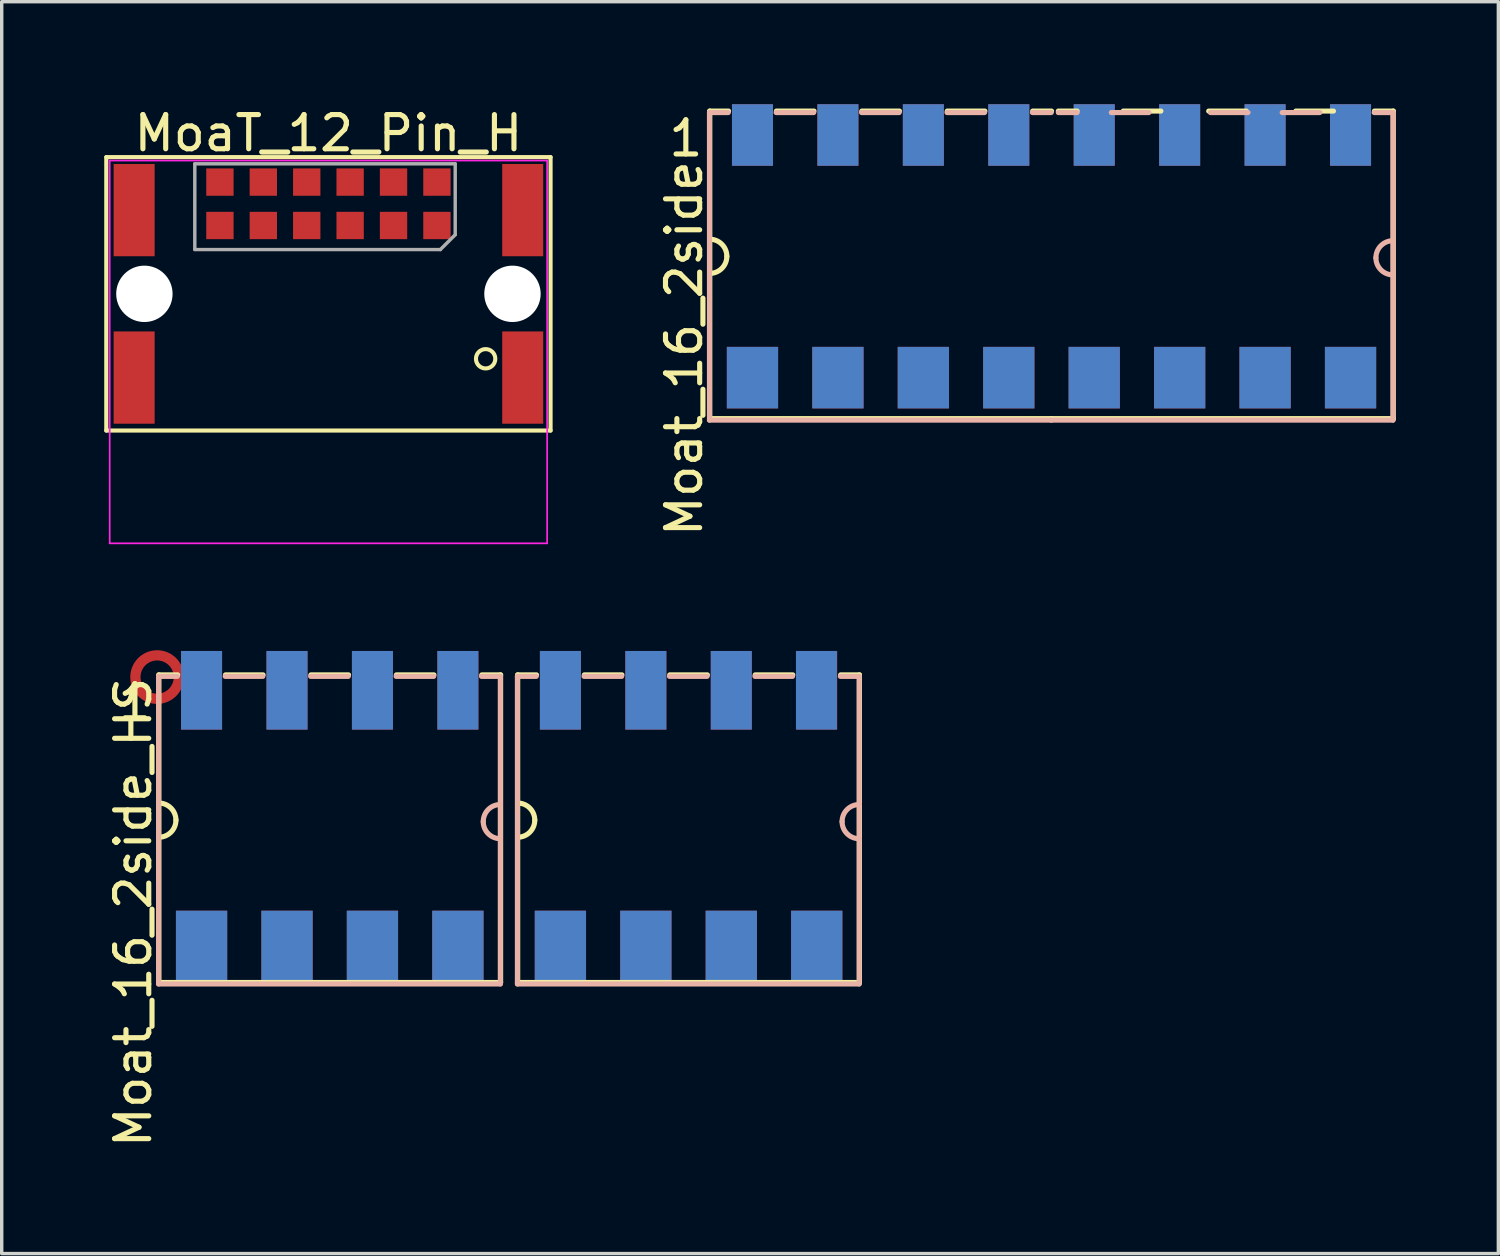
<source format=kicad_pcb>
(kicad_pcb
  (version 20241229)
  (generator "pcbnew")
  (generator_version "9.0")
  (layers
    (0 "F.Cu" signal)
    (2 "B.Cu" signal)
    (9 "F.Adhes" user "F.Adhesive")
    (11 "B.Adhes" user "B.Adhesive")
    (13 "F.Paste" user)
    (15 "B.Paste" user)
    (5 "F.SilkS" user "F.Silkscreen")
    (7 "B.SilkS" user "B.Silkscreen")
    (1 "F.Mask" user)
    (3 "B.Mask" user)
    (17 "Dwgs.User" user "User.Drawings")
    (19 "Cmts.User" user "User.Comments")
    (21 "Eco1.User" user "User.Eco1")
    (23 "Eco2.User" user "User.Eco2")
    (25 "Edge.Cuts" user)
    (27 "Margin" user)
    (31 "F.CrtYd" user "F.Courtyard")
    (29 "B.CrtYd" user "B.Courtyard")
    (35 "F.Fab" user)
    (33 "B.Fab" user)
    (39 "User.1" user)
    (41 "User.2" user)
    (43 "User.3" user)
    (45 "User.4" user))
  (footprint "MoaT_12_Pin_H"
    (layer "F.Cu")
    (at 6.56 5.548)
    (property "Reference" "MoaT_12_Pin_H" (at 0 -4.7 180) (layer "F.SilkS") (effects (font (size 1 1) (thickness 0.15))))
    (attr smd)
    (fp_line (start -6.5 -4) (end 6.5 -4) (stroke (width 0.12) (type solid)) (layer "F.SilkS"))
    (fp_line (start -6.5 4) (end -6.5 -4) (stroke (width 0.12) (type solid)) (layer "F.SilkS"))
    (fp_line (start 6.5 4) (end -6.5 4) (stroke (width 0.12) (type solid)) (layer "F.SilkS"))
    (fp_line (start 6.5 4) (end 6.5 -4) (stroke (width 0.12) (type solid)) (layer "F.SilkS"))
    (fp_circle (center 4.6 1.9) (end 4.4 2.1) (stroke (width 0.12) (type solid)) (fill no) (layer "F.SilkS"))
    (fp_line (start -6.4 -3.9) (end 6.4 -3.9) (stroke (width 0.05) (type solid)) (layer "F.CrtYd"))
    (fp_line (start -6.4 7.3) (end -6.4 -3.9) (stroke (width 0.05) (type solid)) (layer "F.CrtYd"))
    (fp_line (start 6.4 -3.9) (end 6.4 7.3) (stroke (width 0.05) (type solid)) (layer "F.CrtYd"))
    (fp_line (start 6.4 7.3) (end -6.4 7.3) (stroke (width 0.05) (type solid)) (layer "F.CrtYd"))
    (fp_line (start -3.91 -3.805) (end -3.91 -1.3) (stroke (width 0.1) (type solid)) (layer "F.Fab"))
    (fp_line (start -3.91 -1.295) (end 3.275 -1.295) (stroke (width 0.1) (type solid)) (layer "F.Fab"))
    (fp_line (start 3.275 -1.295) (end 3.71 -1.73) (stroke (width 0.1) (type solid)) (layer "F.Fab"))
    (fp_line (start 3.71 -3.805) (end -3.91 -3.805) (stroke (width 0.1) (type solid)) (layer "F.Fab"))
    (fp_line (start 3.71 -1.73) (end 3.71 -3.805) (stroke (width 0.1) (type solid)) (layer "F.Fab"))
    (pad "" smd rect (at -5.685 -2.45 90) (size 2.7 1.2) (layers "F.Cu" "F.Mask" "F.Paste"))
    (pad "" smd rect (at -5.685 2.45 90) (size 2.7 1.2) (layers "F.Cu" "F.Mask" "F.Paste"))
    (pad "" np_thru_hole circle (at -5.385 0 90) (size 1.65 1.65) (drill 1.65) (layers "*.Cu"))
    (pad "" np_thru_hole circle (at 5.385 0 270) (size 1.65 1.65) (drill 1.65) (layers "*.Cu"))
    (pad "" smd rect (at 5.685 -2.45 270) (size 2.7 1.2) (layers "F.Cu" "F.Mask" "F.Paste"))
    (pad "" smd rect (at 5.685 2.45 270) (size 2.7 1.2) (layers "F.Cu" "F.Mask" "F.Paste"))
    (pad "1" smd rect (at 3.175 -2 270) (size 0.8 0.8) (layers "F.Cu" "F.Mask" "F.Paste"))
    (pad "2" smd rect (at 3.175 -3.27 270) (size 0.8 0.8) (layers "F.Cu" "F.Mask" "F.Paste"))
    (pad "3" smd rect (at 1.905 -2 270) (size 0.8 0.8) (layers "F.Cu" "F.Mask" "F.Paste"))
    (pad "4" smd rect (at 1.905 -3.27 270) (size 0.8 0.8) (layers "F.Cu" "F.Mask" "F.Paste"))
    (pad "5" smd rect (at 0.635 -2 270) (size 0.8 0.8) (layers "F.Cu" "F.Mask" "F.Paste"))
    (pad "6" smd rect (at 0.635 -3.27 270) (size 0.8 0.8) (layers "F.Cu" "F.Mask" "F.Paste"))
    (pad "7" smd rect (at -0.635 -2 270) (size 0.8 0.8) (layers "F.Cu" "F.Mask" "F.Paste"))
    (pad "8" smd rect (at -0.635 -3.27 270) (size 0.8 0.8) (layers "F.Cu" "F.Mask" "F.Paste"))
    (pad "9" smd rect (at -1.905 -2 270) (size 0.8 0.8) (layers "F.Cu" "F.Mask" "F.Paste"))
    (pad "10" smd rect (at -1.905 -3.27 270) (size 0.8 0.8) (layers "F.Cu" "F.Mask" "F.Paste"))
    (pad "11" smd rect (at -3.175 -2 270) (size 0.8 0.8) (layers "F.Cu" "F.Mask" "F.Paste"))
    (pad "12" smd rect (at -3.175 -3.27 270) (size 0.8 0.8) (layers "F.Cu" "F.Mask" "F.Paste")))
  (footprint "Moat_16_2side"
    (layer "F.Cu")
    (at 28.018 4.4)
    (property "Reference" "Moat_16_2side" (at -11.05 2.75 90) (layer "F.SilkS") (effects (font (size 1 1) (thickness 0.15))))
    (attr smd)
    (fp_circle (center -11 -3.45) (end -10.2 -3.45) (stroke (width 0.15) (type solid)) (fill no) (layer "F.Mask"))
    (fp_line (start -10.3 -4.2) (end -10.3 4.8) (stroke (width 0.15) (type solid)) (layer "F.SilkS"))
    (fp_line (start -10.3 -4.2) (end -9.75 -4.2) (stroke (width 0.15) (type solid)) (layer "F.SilkS"))
    (fp_line (start -10.3 4.8) (end -0.3 4.8) (stroke (width 0.15) (type solid)) (layer "F.SilkS"))
    (fp_line (start -7.25 -4.2) (end -8.35 -4.2) (stroke (width 0.15) (type solid)) (layer "F.SilkS"))
    (fp_line (start -4.75 -4.2) (end -5.85 -4.2) (stroke (width 0.15) (type solid)) (layer "F.SilkS"))
    (fp_line (start -2.25 -4.2) (end -3.35 -4.2) (stroke (width 0.15) (type solid)) (layer "F.SilkS"))
    (fp_line (start -0.3 -4.2) (end -0.85 -4.2) (stroke (width 0.15) (type solid)) (layer "F.SilkS"))
    (fp_line (start -0.3 4.8) (end 9.7 4.8) (stroke (width 0.15) (type solid)) (layer "F.SilkS"))
    (fp_line (start -0.1 -4.2) (end 0.45 -4.2) (stroke (width 0.15) (type solid)) (layer "F.SilkS"))
    (fp_line (start 2.9 -4.2) (end 1.8 -4.2) (stroke (width 0.15) (type solid)) (layer "F.SilkS"))
    (fp_line (start 5.4 -4.2) (end 4.3 -4.2) (stroke (width 0.15) (type solid)) (layer "F.SilkS"))
    (fp_line (start 7.95 -4.2) (end 6.85 -4.2) (stroke (width 0.15) (type solid)) (layer "F.SilkS"))
    (fp_line (start 9.7 -4.2) (end 9.15 -4.2) (stroke (width 0.15) (type solid)) (layer "F.SilkS"))
    (fp_line (start 9.7 4.8) (end 9.7 -4.2) (stroke (width 0.15) (type solid)) (layer "F.SilkS"))
    (fp_arc (start -10.3 -0.45) (mid -9.946447 -0.303553) (end -9.8 0.05) (stroke (width 0.15) (type solid)) (layer "F.SilkS"))
    (fp_arc (start -9.8 0.05) (mid -9.946447 0.403553) (end -10.3 0.55) (stroke (width 0.15) (type solid)) (layer "F.SilkS"))
    (fp_line (start -10.308 -4.157) (end -9.758 -4.157) (stroke (width 0.15) (type solid)) (layer "B.SilkS"))
    (fp_line (start -10.308 4.843) (end -10.308 -4.157) (stroke (width 0.15) (type solid)) (layer "B.SilkS"))
    (fp_line (start -8.358 -4.157) (end -7.258 -4.157) (stroke (width 0.15) (type solid)) (layer "B.SilkS"))
    (fp_line (start -5.858 -4.157) (end -4.758 -4.157) (stroke (width 0.15) (type solid)) (layer "B.SilkS"))
    (fp_line (start -3.358 -4.157) (end -2.258 -4.157) (stroke (width 0.15) (type solid)) (layer "B.SilkS"))
    (fp_line (start -0.308 -4.157) (end -0.858 -4.157) (stroke (width 0.15) (type solid)) (layer "B.SilkS"))
    (fp_line (start -0.308 4.843) (end -10.308 4.843) (stroke (width 0.15) (type solid)) (layer "B.SilkS"))
    (fp_line (start -0.1 -4.157) (end 0.45 -4.157) (stroke (width 0.15) (type solid)) (layer "B.SilkS"))
    (fp_line (start 1.45 -4.157) (end 2.55 -4.157) (stroke (width 0.15) (type solid)) (layer "B.SilkS"))
    (fp_line (start 4.35 -4.157) (end 5.45 -4.157) (stroke (width 0.15) (type solid)) (layer "B.SilkS"))
    (fp_line (start 6.45 -4.157) (end 7.55 -4.157) (stroke (width 0.15) (type solid)) (layer "B.SilkS"))
    (fp_line (start 9.692 -4.157) (end 9.142 -4.157) (stroke (width 0.15) (type solid)) (layer "B.SilkS"))
    (fp_line (start 9.692 -4.157) (end 9.692 4.843) (stroke (width 0.15) (type solid)) (layer "B.SilkS"))
    (fp_line (start 9.692 4.843) (end -0.308 4.843) (stroke (width 0.15) (type solid)) (layer "B.SilkS"))
    (fp_arc (start 9.192067 0.093176) (mid 9.338514 -0.260377) (end 9.692067 -0.406824) (stroke (width 0.15) (type solid)) (layer "B.SilkS"))
    (fp_arc (start 9.692067 0.593176) (mid 9.338514 0.446729) (end 9.192067 0.093176) (stroke (width 0.15) (type solid)) (layer "B.SilkS"))
    (fp_text user "1" (at -11 -3.4 0) (layer "F.SilkS") (effects (font (size 1 1) (thickness 0.15))))
    (pad "1" smd rect (at -9.05 -3.5) (size 1.2 1.8) (layers "F.Cu" "F.Mask" "F.Paste"))
    (pad "1" smd rect (at -9.05 3.6) (size 1.5 1.8) (layers "F.Cu" "F.Mask" "F.Paste"))
    (pad "2" smd rect (at -9.05 -3.5 180) (size 1.2 1.8) (layers "B.Cu" "B.Mask" "B.Paste"))
    (pad "2" smd rect (at -9.05 3.6 180) (size 1.5 1.8) (layers "B.Cu" "B.Mask" "B.Paste"))
    (pad "3" smd rect (at -6.55 -3.5) (size 1.2 1.8) (layers "F.Cu" "F.Mask" "F.Paste"))
    (pad "3" smd rect (at -6.55 3.6) (size 1.5 1.8) (layers "F.Cu" "F.Mask" "F.Paste"))
    (pad "4" smd rect (at -6.55 -3.5 180) (size 1.2 1.8) (layers "B.Cu" "B.Mask" "B.Paste"))
    (pad "4" smd rect (at -6.55 3.6 180) (size 1.5 1.8) (layers "B.Cu" "B.Mask" "B.Paste"))
    (pad "5" smd rect (at -4.05 -3.5) (size 1.2 1.8) (layers "F.Cu" "F.Mask" "F.Paste"))
    (pad "5" smd rect (at -4.05 3.6) (size 1.5 1.8) (layers "F.Cu" "F.Mask" "F.Paste"))
    (pad "6" smd rect (at -4.05 -3.5 180) (size 1.2 1.8) (layers "B.Cu" "B.Mask" "B.Paste"))
    (pad "6" smd rect (at -4.05 3.6 180) (size 1.5 1.8) (layers "B.Cu" "B.Mask" "B.Paste"))
    (pad "7" smd rect (at -1.55 -3.5) (size 1.2 1.8) (layers "F.Cu" "F.Mask" "F.Paste"))
    (pad "7" smd rect (at -1.55 3.6) (size 1.5 1.8) (layers "F.Cu" "F.Mask" "F.Paste"))
    (pad "8" smd rect (at -1.55 -3.5 180) (size 1.2 1.8) (layers "B.Cu" "B.Mask" "B.Paste"))
    (pad "8" smd rect (at -1.55 3.6 180) (size 1.5 1.8) (layers "B.Cu" "B.Mask" "B.Paste"))
    (pad "9" smd rect (at 0.95 -3.5) (size 1.2 1.8) (layers "F.Cu" "F.Mask" "F.Paste"))
    (pad "9" smd rect (at 0.95 3.6) (size 1.5 1.8) (layers "F.Cu" "F.Mask" "F.Paste"))
    (pad "10" smd rect (at 0.95 -3.5 180) (size 1.2 1.8) (layers "B.Cu" "B.Mask" "B.Paste"))
    (pad "10" smd rect (at 0.95 3.6 180) (size 1.5 1.8) (layers "B.Cu" "B.Mask" "B.Paste"))
    (pad "11" smd rect (at 3.45 -3.5) (size 1.2 1.8) (layers "F.Cu" "F.Mask" "F.Paste"))
    (pad "11" smd rect (at 3.45 3.6) (size 1.5 1.8) (layers "F.Cu" "F.Mask" "F.Paste"))
    (pad "12" smd rect (at 3.45 -3.5 180) (size 1.2 1.8) (layers "B.Cu" "B.Mask" "B.Paste"))
    (pad "12" smd rect (at 3.45 3.6 180) (size 1.5 1.8) (layers "B.Cu" "B.Mask" "B.Paste"))
    (pad "13" smd rect (at 5.95 -3.5) (size 1.2 1.8) (layers "F.Cu" "F.Mask" "F.Paste"))
    (pad "13" smd rect (at 5.95 3.6) (size 1.5 1.8) (layers "F.Cu" "F.Mask" "F.Paste"))
    (pad "14" smd rect (at 5.95 -3.5 180) (size 1.2 1.8) (layers "B.Cu" "B.Mask" "B.Paste"))
    (pad "14" smd rect (at 5.95 3.6 180) (size 1.5 1.8) (layers "B.Cu" "B.Mask" "B.Paste"))
    (pad "15" smd rect (at 8.45 -3.5) (size 1.2 1.8) (layers "F.Cu" "F.Mask" "F.Paste"))
    (pad "15" smd rect (at 8.45 3.6) (size 1.5 1.8) (layers "F.Cu" "F.Mask" "F.Paste"))
    (pad "16" smd rect (at 8.45 -3.5 180) (size 1.2 1.8) (layers "B.Cu" "B.Mask" "B.Paste"))
    (pad "16" smd rect (at 8.45 3.6 180) (size 1.5 1.8) (layers "B.Cu" "B.Mask" "B.Paste")))
  (footprint "Moat_16_2side_HS"
    (layer "F.Cu")
    (at 11.898 20.898)
    (property "Reference" "Moat_16_2side_HS" (at -11.05 2.75 90) (layer "F.SilkS") (effects (font (size 1 1) (thickness 0.15))))
    (attr smd)
    (fp_circle (center -10.35 -4.136) (end -9.714 -4.136) (stroke (width 0.3) (type solid)) (fill no) (layer "F.Cu"))
    (fp_circle (center -10.35 -4.15) (end -9.55 -4.15) (stroke (width 0.15) (type solid)) (fill no) (layer "F.Mask"))
    (fp_line (start -10.3 -4.2) (end -10.3 4.8) (stroke (width 0.15) (type solid)) (layer "F.SilkS"))
    (fp_line (start -10.3 -4.2) (end -9.75 -4.2) (stroke (width 0.15) (type solid)) (layer "F.SilkS"))
    (fp_line (start -10.3 4.8) (end -0.3 4.8) (stroke (width 0.15) (type solid)) (layer "F.SilkS"))
    (fp_line (start -7.25 -4.2) (end -8.35 -4.2) (stroke (width 0.15) (type solid)) (layer "F.SilkS"))
    (fp_line (start -4.75 -4.2) (end -5.85 -4.2) (stroke (width 0.15) (type solid)) (layer "F.SilkS"))
    (fp_line (start -2.25 -4.2) (end -3.35 -4.2) (stroke (width 0.15) (type solid)) (layer "F.SilkS"))
    (fp_line (start -0.3 -4.2) (end -0.85 -4.2) (stroke (width 0.15) (type solid)) (layer "F.SilkS"))
    (fp_line (start -0.3 4.8) (end -0.3 -4.2) (stroke (width 0.15) (type solid)) (layer "F.SilkS"))
    (fp_line (start 0.2 -4.2) (end 0.2 4.8) (stroke (width 0.15) (type solid)) (layer "F.SilkS"))
    (fp_line (start 0.2 -4.2) (end 0.75 -4.2) (stroke (width 0.15) (type solid)) (layer "F.SilkS"))
    (fp_line (start 0.2 4.8) (end 10.2 4.8) (stroke (width 0.15) (type solid)) (layer "F.SilkS"))
    (fp_line (start 3.25 -4.2) (end 2.15 -4.2) (stroke (width 0.15) (type solid)) (layer "F.SilkS"))
    (fp_line (start 5.75 -4.2) (end 4.65 -4.2) (stroke (width 0.15) (type solid)) (layer "F.SilkS"))
    (fp_line (start 8.25 -4.2) (end 7.15 -4.2) (stroke (width 0.15) (type solid)) (layer "F.SilkS"))
    (fp_line (start 10.2 -4.2) (end 9.65 -4.2) (stroke (width 0.15) (type solid)) (layer "F.SilkS"))
    (fp_line (start 10.2 4.8) (end 10.2 -4.2) (stroke (width 0.15) (type solid)) (layer "F.SilkS"))
    (fp_arc (start -10.3 -0.45) (mid -9.946447 -0.303553) (end -9.8 0.05) (stroke (width 0.15) (type solid)) (layer "F.SilkS"))
    (fp_arc (start -9.8 0.05) (mid -9.946447 0.403553) (end -10.3 0.55) (stroke (width 0.15) (type solid)) (layer "F.SilkS"))
    (fp_arc (start 0.2 -0.45) (mid 0.553553 -0.303553) (end 0.7 0.05) (stroke (width 0.15) (type solid)) (layer "F.SilkS"))
    (fp_arc (start 0.7 0.05) (mid 0.553553 0.403553) (end 0.2 0.55) (stroke (width 0.15) (type solid)) (layer "F.SilkS"))
    (fp_line (start -10.308 -4.157) (end -9.758 -4.157) (stroke (width 0.15) (type solid)) (layer "B.SilkS"))
    (fp_line (start -10.308 4.843) (end -10.308 -4.157) (stroke (width 0.15) (type solid)) (layer "B.SilkS"))
    (fp_line (start -8.358 -4.157) (end -7.258 -4.157) (stroke (width 0.15) (type solid)) (layer "B.SilkS"))
    (fp_line (start -5.858 -4.157) (end -4.758 -4.157) (stroke (width 0.15) (type solid)) (layer "B.SilkS"))
    (fp_line (start -3.358 -4.157) (end -2.258 -4.157) (stroke (width 0.15) (type solid)) (layer "B.SilkS"))
    (fp_line (start -0.308 -4.157) (end -0.858 -4.157) (stroke (width 0.15) (type solid)) (layer "B.SilkS"))
    (fp_line (start -0.308 -4.157) (end -0.308 4.843) (stroke (width 0.15) (type solid)) (layer "B.SilkS"))
    (fp_line (start -0.308 4.843) (end -10.308 4.843) (stroke (width 0.15) (type solid)) (layer "B.SilkS"))
    (fp_line (start 0.192 -4.157) (end 0.742 -4.157) (stroke (width 0.15) (type solid)) (layer "B.SilkS"))
    (fp_line (start 0.192 4.843) (end 0.192 -4.157) (stroke (width 0.15) (type solid)) (layer "B.SilkS"))
    (fp_line (start 2.142 -4.157) (end 3.242 -4.157) (stroke (width 0.15) (type solid)) (layer "B.SilkS"))
    (fp_line (start 4.642 -4.157) (end 5.742 -4.157) (stroke (width 0.15) (type solid)) (layer "B.SilkS"))
    (fp_line (start 7.142 -4.157) (end 8.242 -4.157) (stroke (width 0.15) (type solid)) (layer "B.SilkS"))
    (fp_line (start 10.192 -4.157) (end 9.642 -4.157) (stroke (width 0.15) (type solid)) (layer "B.SilkS"))
    (fp_line (start 10.192 -4.157) (end 10.192 4.843) (stroke (width 0.15) (type solid)) (layer "B.SilkS"))
    (fp_line (start 10.192 4.843) (end 0.192 4.843) (stroke (width 0.15) (type solid)) (layer "B.SilkS"))
    (fp_arc (start -0.807933 0.093176) (mid -0.661486 -0.260377) (end -0.307933 -0.406824) (stroke (width 0.15) (type solid)) (layer "B.SilkS"))
    (fp_arc (start -0.307933 0.593176) (mid -0.661486 0.446729) (end -0.807933 0.093176) (stroke (width 0.15) (type solid)) (layer "B.SilkS"))
    (fp_arc (start 9.692067 0.093176) (mid 9.838514 -0.260377) (end 10.192067 -0.406824) (stroke (width 0.15) (type solid)) (layer "B.SilkS"))
    (fp_arc (start 10.192067 0.593176) (mid 9.838514 0.446729) (end 9.692067 0.093176) (stroke (width 0.15) (type solid)) (layer "B.SilkS"))
    (fp_text user "1" (at -11 -3.4 0) (layer "F.SilkS") (effects (font (size 1 1) (thickness 0.15))))
    (pad "1" smd rect (at -9.05 -3.75) (size 1.2 2.3) (layers "F.Cu" "F.Mask" "F.Paste"))
    (pad "1" smd rect (at -9.05 3.75) (size 1.5 2.1) (layers "F.Cu" "F.Mask" "F.Paste"))
    (pad "2" smd rect (at -9.05 -3.75 180) (size 1.2 2.3) (layers "B.Cu" "B.Mask" "B.Paste"))
    (pad "2" smd rect (at -9.05 3.75 180) (size 1.5 2.1) (layers "B.Cu" "B.Mask" "B.Paste"))
    (pad "3" smd rect (at -6.55 -3.75) (size 1.2 2.3) (layers "F.Cu" "F.Mask" "F.Paste"))
    (pad "3" smd rect (at -6.55 3.75) (size 1.5 2.1) (layers "F.Cu" "F.Mask" "F.Paste"))
    (pad "4" smd rect (at -6.55 -3.75 180) (size 1.2 2.3) (layers "B.Cu" "B.Mask" "B.Paste"))
    (pad "4" smd rect (at -6.55 3.75 180) (size 1.5 2.1) (layers "B.Cu" "B.Mask" "B.Paste"))
    (pad "5" smd rect (at -4.05 -3.75) (size 1.2 2.3) (layers "F.Cu" "F.Mask" "F.Paste"))
    (pad "5" smd rect (at -4.05 3.75) (size 1.5 2.1) (layers "F.Cu" "F.Mask" "F.Paste"))
    (pad "6" smd rect (at -4.05 -3.75 180) (size 1.2 2.3) (layers "B.Cu" "B.Mask" "B.Paste"))
    (pad "6" smd rect (at -4.05 3.75 180) (size 1.5 2.1) (layers "B.Cu" "B.Mask" "B.Paste"))
    (pad "7" smd rect (at -1.55 -3.75) (size 1.2 2.3) (layers "F.Cu" "F.Mask" "F.Paste"))
    (pad "7" smd rect (at -1.55 3.75) (size 1.5 2.1) (layers "F.Cu" "F.Mask" "F.Paste"))
    (pad "8" smd rect (at -1.55 -3.75 180) (size 1.2 2.3) (layers "B.Cu" "B.Mask" "B.Paste"))
    (pad "8" smd rect (at -1.55 3.75 180) (size 1.5 2.1) (layers "B.Cu" "B.Mask" "B.Paste"))
    (pad "9" smd rect (at 1.45 -3.75) (size 1.2 2.3) (layers "F.Cu" "F.Mask" "F.Paste"))
    (pad "9" smd rect (at 1.45 3.75) (size 1.5 2.1) (layers "F.Cu" "F.Mask" "F.Paste"))
    (pad "10" smd rect (at 1.45 -3.75 180) (size 1.2 2.3) (layers "B.Cu" "B.Mask" "B.Paste"))
    (pad "10" smd rect (at 1.45 3.75 180) (size 1.5 2.1) (layers "B.Cu" "B.Mask" "B.Paste"))
    (pad "11" smd rect (at 3.95 -3.75) (size 1.2 2.3) (layers "F.Cu" "F.Mask" "F.Paste"))
    (pad "11" smd rect (at 3.95 3.75) (size 1.5 2.1) (layers "F.Cu" "F.Mask" "F.Paste"))
    (pad "12" smd rect (at 3.95 -3.75 180) (size 1.2 2.3) (layers "B.Cu" "B.Mask" "B.Paste"))
    (pad "12" smd rect (at 3.95 3.75 180) (size 1.5 2.1) (layers "B.Cu" "B.Mask" "B.Paste"))
    (pad "13" smd rect (at 6.45 -3.75) (size 1.2 2.3) (layers "F.Cu" "F.Mask" "F.Paste"))
    (pad "13" smd rect (at 6.45 3.75) (size 1.5 2.1) (layers "F.Cu" "F.Mask" "F.Paste"))
    (pad "14" smd rect (at 6.45 -3.75 180) (size 1.2 2.3) (layers "B.Cu" "B.Mask" "B.Paste"))
    (pad "14" smd rect (at 6.45 3.75 180) (size 1.5 2.1) (layers "B.Cu" "B.Mask" "B.Paste"))
    (pad "15" smd rect (at 8.95 -3.75) (size 1.2 2.3) (layers "F.Cu" "F.Mask" "F.Paste"))
    (pad "15" smd rect (at 8.95 3.75) (size 1.5 2.1) (layers "F.Cu" "F.Mask" "F.Paste"))
    (pad "16" smd rect (at 8.942 -3.75 180) (size 1.2 2.3) (layers "B.Cu" "B.Mask" "B.Paste"))
    (pad "16" smd rect (at 8.95 3.75 180) (size 1.5 2.1) (layers "B.Cu" "B.Mask" "B.Paste")))
  (gr_rect
    (start -3 -3)
    (end 40.793 33.63)
    (stroke (width 0.1) (type default))
    (fill no)
    (layer "Edge.Cuts")))
</source>
